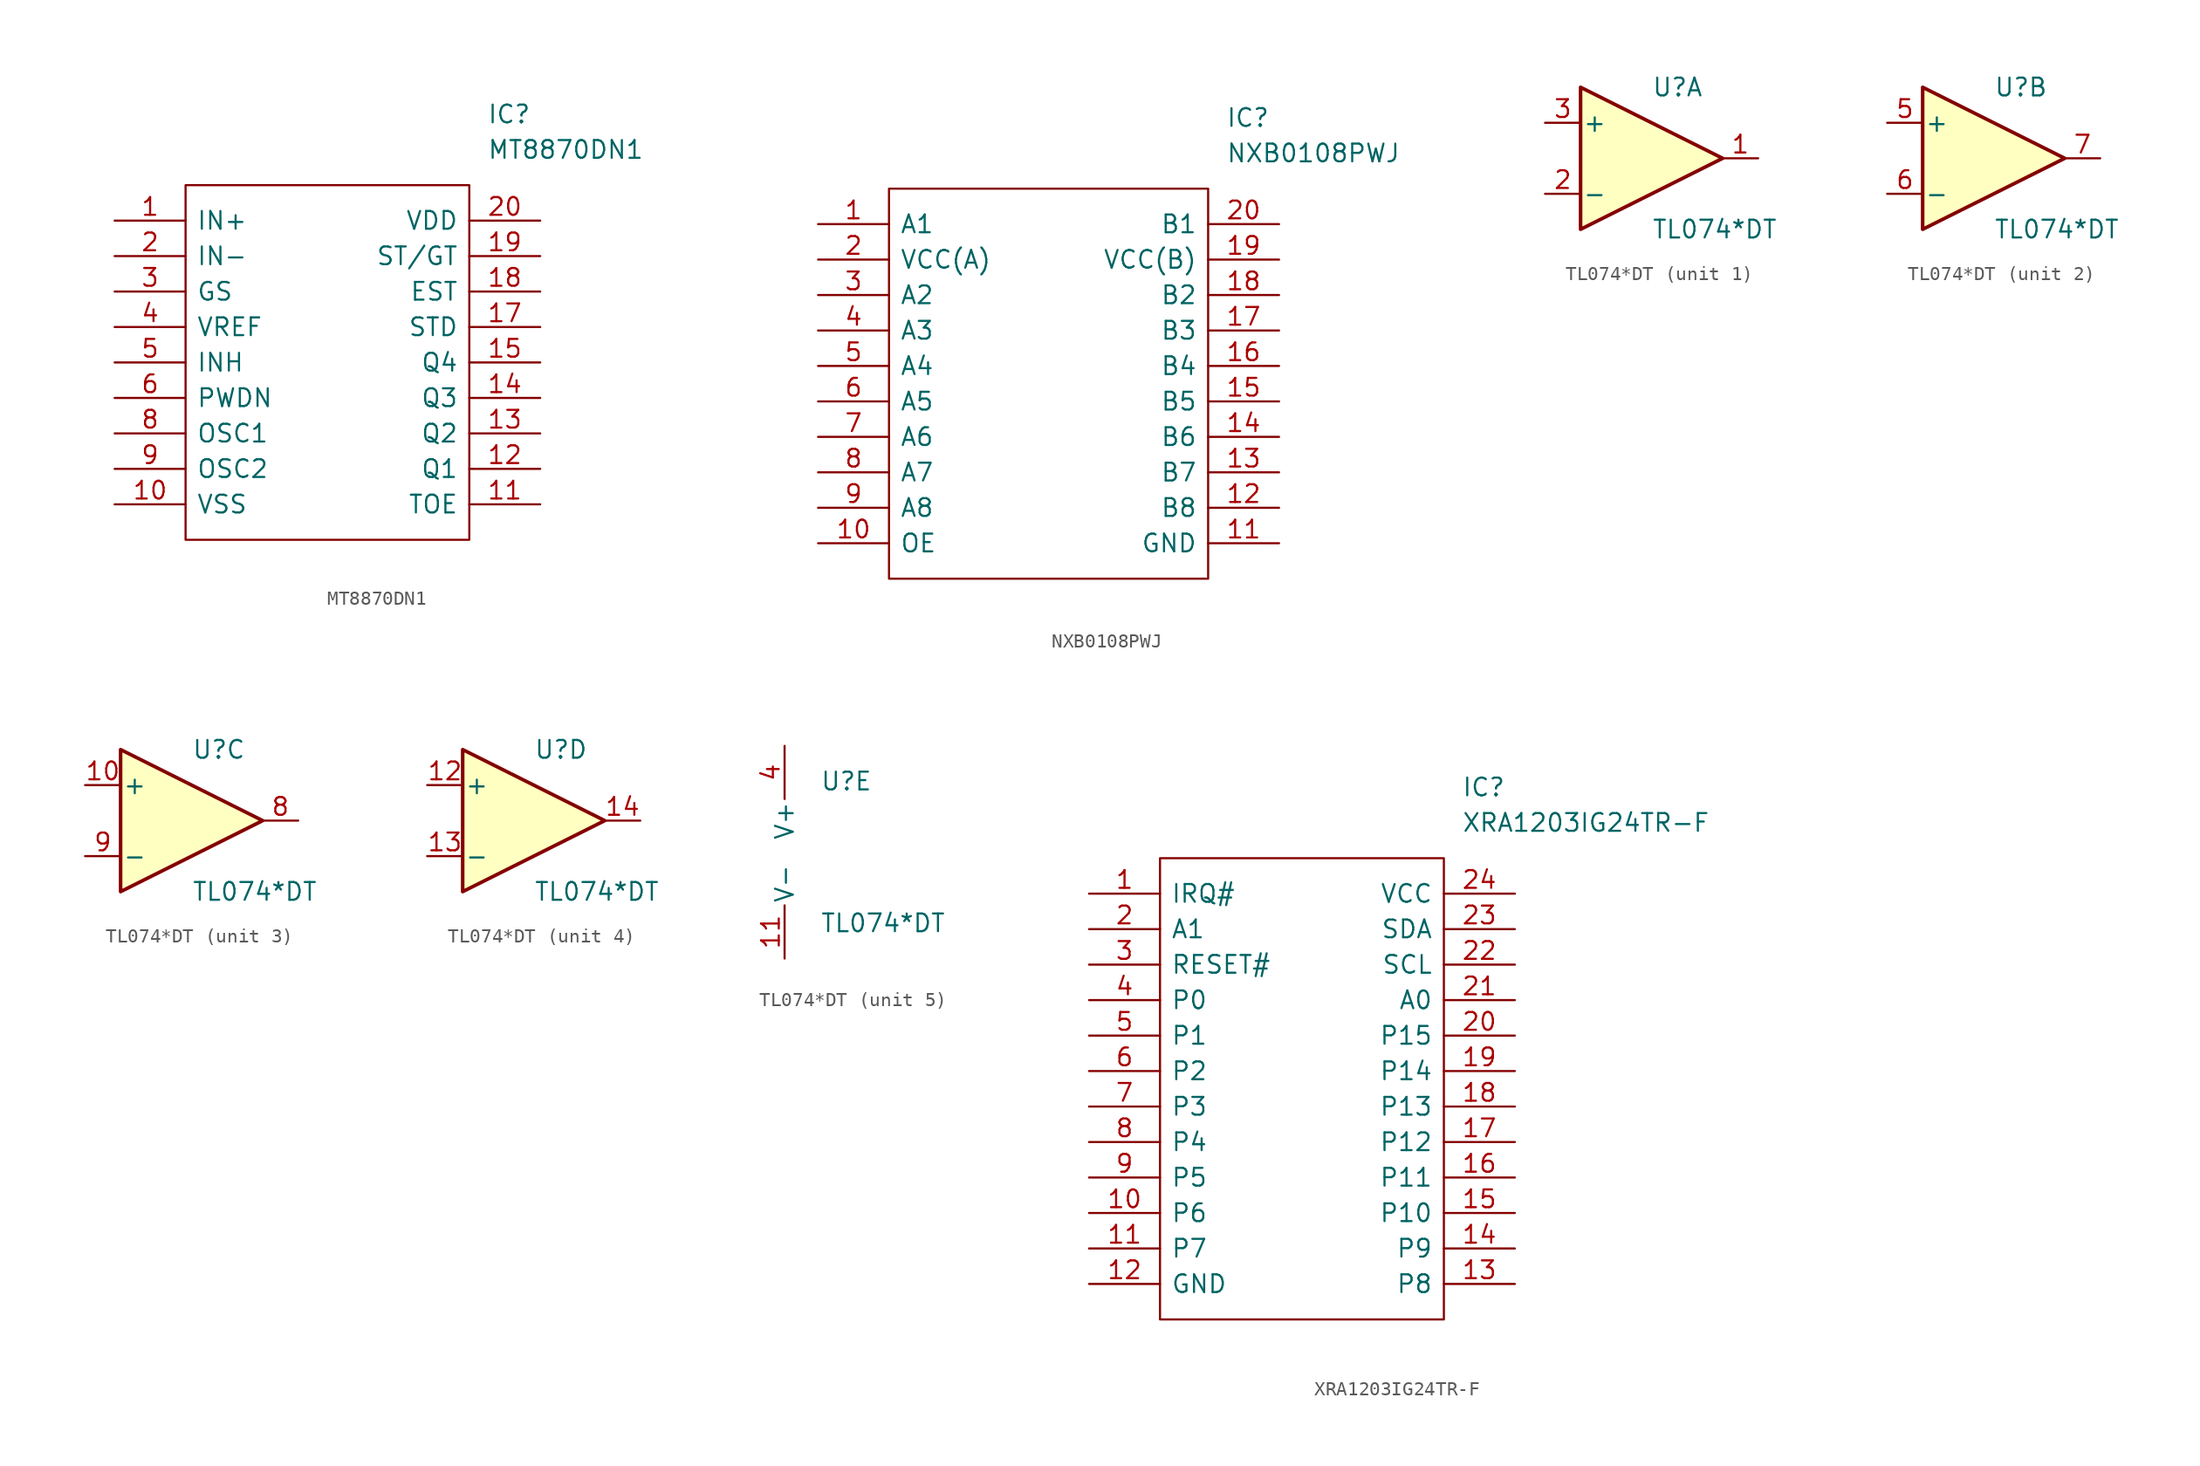
<source format=kicad_sym>
(kicad_symbol_lib
  (version 20211014)
  (generator kicad_symbol_editor)
  (symbol "MT8870DN1"
    (pin_names
      (offset 0.762))
    (property "Reference" "IC"
      (at 26.67 7.62 0)
      (effects (font (size 1.27 1.27)) (justify left)))
    (property "Value" "MT8870DN1"
      (at 26.67 5.08 0)
      (effects (font (size 1.27 1.27)) (justify left)))
    (symbol "MT8870DN1_0_0"
      (pin passive line (at 0 0 0) (length 5.08) (name "IN+" (effects (font (size 1.27 1.27)))) (number "1" (effects (font (size 1.27 1.27)))))
      (pin passive line (at 0 -20.32 0) (length 5.08) (name "VSS" (effects (font (size 1.27 1.27)))) (number "10" (effects (font (size 1.27 1.27)))))
      (pin passive line (at 30.48 -20.32 180) (length 5.08) (name "TOE" (effects (font (size 1.27 1.27)))) (number "11" (effects (font (size 1.27 1.27)))))
      (pin passive line (at 30.48 -17.78 180) (length 5.08) (name "Q1" (effects (font (size 1.27 1.27)))) (number "12" (effects (font (size 1.27 1.27)))))
      (pin passive line (at 30.48 -15.24 180) (length 5.08) (name "Q2" (effects (font (size 1.27 1.27)))) (number "13" (effects (font (size 1.27 1.27)))))
      (pin passive line (at 30.48 -12.7 180) (length 5.08) (name "Q3" (effects (font (size 1.27 1.27)))) (number "14" (effects (font (size 1.27 1.27)))))
      (pin passive line (at 30.48 -10.16 180) (length 5.08) (name "Q4" (effects (font (size 1.27 1.27)))) (number "15" (effects (font (size 1.27 1.27)))))
      (pin passive line (at 30.48 -7.62 180) (length 5.08) (name "STD" (effects (font (size 1.27 1.27)))) (number "17" (effects (font (size 1.27 1.27)))))
      (pin passive line (at 30.48 -5.08 180) (length 5.08) (name "EST" (effects (font (size 1.27 1.27)))) (number "18" (effects (font (size 1.27 1.27)))))
      (pin passive line (at 30.48 -2.54 180) (length 5.08) (name "ST/GT" (effects (font (size 1.27 1.27)))) (number "19" (effects (font (size 1.27 1.27)))))
      (pin passive line (at 0 -2.54 0) (length 5.08) (name "IN-" (effects (font (size 1.27 1.27)))) (number "2" (effects (font (size 1.27 1.27)))))
      (pin passive line (at 30.48 0 180) (length 5.08) (name "VDD" (effects (font (size 1.27 1.27)))) (number "20" (effects (font (size 1.27 1.27)))))
      (pin passive line (at 0 -5.08 0) (length 5.08) (name "GS" (effects (font (size 1.27 1.27)))) (number "3" (effects (font (size 1.27 1.27)))))
      (pin passive line (at 0 -7.62 0) (length 5.08) (name "VREF" (effects (font (size 1.27 1.27)))) (number "4" (effects (font (size 1.27 1.27)))))
      (pin passive line (at 0 -10.16 0) (length 5.08) (name "INH" (effects (font (size 1.27 1.27)))) (number "5" (effects (font (size 1.27 1.27)))))
      (pin passive line (at 0 -12.7 0) (length 5.08) (name "PWDN" (effects (font (size 1.27 1.27)))) (number "6" (effects (font (size 1.27 1.27)))))
      (pin passive line (at 0 -15.24 0) (length 5.08) (name "OSC1" (effects (font (size 1.27 1.27)))) (number "8" (effects (font (size 1.27 1.27)))))
      (pin passive line (at 0 -17.78 0) (length 5.08) (name "OSC2" (effects (font (size 1.27 1.27)))) (number "9" (effects (font (size 1.27 1.27))))))
    (symbol "MT8870DN1_0_1"
      (rectangle (start 5.08 2.54) (end 25.4 -22.86) (stroke (width 0.152) (type default) (color 0 0 0 0)) (fill (type none)))))
  (symbol "NXB0108PWJ"
    (pin_names
      (offset 0.762))
    (property "Reference" "IC"
      (at 29.21 7.62 0)
      (effects (font (size 1.27 1.27)) (justify left)))
    (property "Value" "NXB0108PWJ"
      (at 29.21 5.08 0)
      (effects (font (size 1.27 1.27)) (justify left)))
    (symbol "NXB0108PWJ_0_0"
      (pin passive line (at 0 0 0) (length 5.08) (name "A1" (effects (font (size 1.27 1.27)))) (number "1" (effects (font (size 1.27 1.27)))))
      (pin passive line (at 0 -22.86 0) (length 5.08) (name "OE" (effects (font (size 1.27 1.27)))) (number "10" (effects (font (size 1.27 1.27)))))
      (pin passive line (at 33.02 -22.86 180) (length 5.08) (name "GND" (effects (font (size 1.27 1.27)))) (number "11" (effects (font (size 1.27 1.27)))))
      (pin passive line (at 33.02 -20.32 180) (length 5.08) (name "B8" (effects (font (size 1.27 1.27)))) (number "12" (effects (font (size 1.27 1.27)))))
      (pin passive line (at 33.02 -17.78 180) (length 5.08) (name "B7" (effects (font (size 1.27 1.27)))) (number "13" (effects (font (size 1.27 1.27)))))
      (pin passive line (at 33.02 -15.24 180) (length 5.08) (name "B6" (effects (font (size 1.27 1.27)))) (number "14" (effects (font (size 1.27 1.27)))))
      (pin passive line (at 33.02 -12.7 180) (length 5.08) (name "B5" (effects (font (size 1.27 1.27)))) (number "15" (effects (font (size 1.27 1.27)))))
      (pin passive line (at 33.02 -10.16 180) (length 5.08) (name "B4" (effects (font (size 1.27 1.27)))) (number "16" (effects (font (size 1.27 1.27)))))
      (pin passive line (at 33.02 -7.62 180) (length 5.08) (name "B3" (effects (font (size 1.27 1.27)))) (number "17" (effects (font (size 1.27 1.27)))))
      (pin passive line (at 33.02 -5.08 180) (length 5.08) (name "B2" (effects (font (size 1.27 1.27)))) (number "18" (effects (font (size 1.27 1.27)))))
      (pin passive line (at 33.02 -2.54 180) (length 5.08) (name "VCC(B)" (effects (font (size 1.27 1.27)))) (number "19" (effects (font (size 1.27 1.27)))))
      (pin passive line (at 0 -2.54 0) (length 5.08) (name "VCC(A)" (effects (font (size 1.27 1.27)))) (number "2" (effects (font (size 1.27 1.27)))))
      (pin passive line (at 33.02 0 180) (length 5.08) (name "B1" (effects (font (size 1.27 1.27)))) (number "20" (effects (font (size 1.27 1.27)))))
      (pin passive line (at 0 -5.08 0) (length 5.08) (name "A2" (effects (font (size 1.27 1.27)))) (number "3" (effects (font (size 1.27 1.27)))))
      (pin passive line (at 0 -7.62 0) (length 5.08) (name "A3" (effects (font (size 1.27 1.27)))) (number "4" (effects (font (size 1.27 1.27)))))
      (pin passive line (at 0 -10.16 0) (length 5.08) (name "A4" (effects (font (size 1.27 1.27)))) (number "5" (effects (font (size 1.27 1.27)))))
      (pin passive line (at 0 -12.7 0) (length 5.08) (name "A5" (effects (font (size 1.27 1.27)))) (number "6" (effects (font (size 1.27 1.27)))))
      (pin passive line (at 0 -15.24 0) (length 5.08) (name "A6" (effects (font (size 1.27 1.27)))) (number "7" (effects (font (size 1.27 1.27)))))
      (pin passive line (at 0 -17.78 0) (length 5.08) (name "A7" (effects (font (size 1.27 1.27)))) (number "8" (effects (font (size 1.27 1.27)))))
      (pin passive line (at 0 -20.32 0) (length 5.08) (name "A8" (effects (font (size 1.27 1.27)))) (number "9" (effects (font (size 1.27 1.27))))))
    (symbol "NXB0108PWJ_0_1"
      (polyline (pts (xy 5.08 2.54) (xy 27.94 2.54) (xy 27.94 -25.4) (xy 5.08 -25.4) (xy 5.08 2.54)) (stroke (width 0.152) (type default) (color 0 0 0 0)) (fill (type none)))))
  (symbol "TL074*DT"
    (pin_names
      (offset 0.127))
    (property "Reference" "U"
      (at 0 5.08 0)
      (effects (font (size 1.27 1.27)) (justify left)))
    (property "Value" "TL074*DT"
      (at 0 -5.08 0)
      (effects (font (size 1.27 1.27)) (justify left)))
    (property "ki_locked" ""
      (at 0 0 0)
      (effects (font (size 1.27 1.27))))
    (symbol "TL074*DT_1_1"
      (polyline (pts (xy -5.08 5.08) (xy 5.08 0) (xy -5.08 -5.08) (xy -5.08 5.08)) (stroke (width 0.254) (type default) (color 0 0 0 0)) (fill (type background)))
      (pin output line (at 7.62 0 180) (length 2.54) (name "~" (effects (font (size 1.27 1.27)))) (number "1" (effects (font (size 1.27 1.27)))))
      (pin input line (at -7.62 -2.54 0) (length 2.54) (name "-" (effects (font (size 1.27 1.27)))) (number "2" (effects (font (size 1.27 1.27)))))
      (pin input line (at -7.62 2.54 0) (length 2.54) (name "+" (effects (font (size 1.27 1.27)))) (number "3" (effects (font (size 1.27 1.27))))))
    (symbol "TL074*DT_2_1"
      (polyline (pts (xy -5.08 5.08) (xy 5.08 0) (xy -5.08 -5.08) (xy -5.08 5.08)) (stroke (width 0.254) (type default) (color 0 0 0 0)) (fill (type background)))
      (pin input line (at -7.62 2.54 0) (length 2.54) (name "+" (effects (font (size 1.27 1.27)))) (number "5" (effects (font (size 1.27 1.27)))))
      (pin input line (at -7.62 -2.54 0) (length 2.54) (name "-" (effects (font (size 1.27 1.27)))) (number "6" (effects (font (size 1.27 1.27)))))
      (pin output line (at 7.62 0 180) (length 2.54) (name "~" (effects (font (size 1.27 1.27)))) (number "7" (effects (font (size 1.27 1.27))))))
    (symbol "TL074*DT_3_1"
      (polyline (pts (xy -5.08 5.08) (xy 5.08 0) (xy -5.08 -5.08) (xy -5.08 5.08)) (stroke (width 0.254) (type default) (color 0 0 0 0)) (fill (type background)))
      (pin input line (at -7.62 2.54 0) (length 2.54) (name "+" (effects (font (size 1.27 1.27)))) (number "10" (effects (font (size 1.27 1.27)))))
      (pin output line (at 7.62 0 180) (length 2.54) (name "~" (effects (font (size 1.27 1.27)))) (number "8" (effects (font (size 1.27 1.27)))))
      (pin input line (at -7.62 -2.54 0) (length 2.54) (name "-" (effects (font (size 1.27 1.27)))) (number "9" (effects (font (size 1.27 1.27))))))
    (symbol "TL074*DT_4_1"
      (polyline (pts (xy -5.08 5.08) (xy 5.08 0) (xy -5.08 -5.08) (xy -5.08 5.08)) (stroke (width 0.254) (type default) (color 0 0 0 0)) (fill (type background)))
      (pin input line (at -7.62 2.54 0) (length 2.54) (name "+" (effects (font (size 1.27 1.27)))) (number "12" (effects (font (size 1.27 1.27)))))
      (pin input line (at -7.62 -2.54 0) (length 2.54) (name "-" (effects (font (size 1.27 1.27)))) (number "13" (effects (font (size 1.27 1.27)))))
      (pin output line (at 7.62 0 180) (length 2.54) (name "~" (effects (font (size 1.27 1.27)))) (number "14" (effects (font (size 1.27 1.27))))))
    (symbol "TL074*DT_5_1"
      (pin power_in line (at -2.54 -7.62 90) (length 3.81) (name "V-" (effects (font (size 1.27 1.27)))) (number "11" (effects (font (size 1.27 1.27)))))
      (pin power_in line (at -2.54 7.62 270) (length 3.81) (name "V+" (effects (font (size 1.27 1.27)))) (number "4" (effects (font (size 1.27 1.27)))))))
  (symbol "XRA1203IG24TR-F"
    (pin_names
      (offset 0.762))
    (property "Reference" "IC"
      (at 26.67 7.62 0)
      (effects (font (size 1.27 1.27)) (justify left)))
    (property "Value" "XRA1203IG24TR-F"
      (at 26.67 5.08 0)
      (effects (font (size 1.27 1.27)) (justify left)))
    (symbol "XRA1203IG24TR-F_0_0"
      (pin passive line (at 0 0 0) (length 5.08) (name "IRQ#" (effects (font (size 1.27 1.27)))) (number "1" (effects (font (size 1.27 1.27)))))
      (pin passive line (at 0 -22.86 0) (length 5.08) (name "P6" (effects (font (size 1.27 1.27)))) (number "10" (effects (font (size 1.27 1.27)))))
      (pin passive line (at 0 -25.4 0) (length 5.08) (name "P7" (effects (font (size 1.27 1.27)))) (number "11" (effects (font (size 1.27 1.27)))))
      (pin passive line (at 0 -27.94 0) (length 5.08) (name "GND" (effects (font (size 1.27 1.27)))) (number "12" (effects (font (size 1.27 1.27)))))
      (pin passive line (at 30.48 -27.94 180) (length 5.08) (name "P8" (effects (font (size 1.27 1.27)))) (number "13" (effects (font (size 1.27 1.27)))))
      (pin passive line (at 30.48 -25.4 180) (length 5.08) (name "P9" (effects (font (size 1.27 1.27)))) (number "14" (effects (font (size 1.27 1.27)))))
      (pin passive line (at 30.48 -22.86 180) (length 5.08) (name "P10" (effects (font (size 1.27 1.27)))) (number "15" (effects (font (size 1.27 1.27)))))
      (pin passive line (at 30.48 -20.32 180) (length 5.08) (name "P11" (effects (font (size 1.27 1.27)))) (number "16" (effects (font (size 1.27 1.27)))))
      (pin passive line (at 30.48 -17.78 180) (length 5.08) (name "P12" (effects (font (size 1.27 1.27)))) (number "17" (effects (font (size 1.27 1.27)))))
      (pin passive line (at 30.48 -15.24 180) (length 5.08) (name "P13" (effects (font (size 1.27 1.27)))) (number "18" (effects (font (size 1.27 1.27)))))
      (pin passive line (at 30.48 -12.7 180) (length 5.08) (name "P14" (effects (font (size 1.27 1.27)))) (number "19" (effects (font (size 1.27 1.27)))))
      (pin passive line (at 0 -2.54 0) (length 5.08) (name "A1" (effects (font (size 1.27 1.27)))) (number "2" (effects (font (size 1.27 1.27)))))
      (pin passive line (at 30.48 -10.16 180) (length 5.08) (name "P15" (effects (font (size 1.27 1.27)))) (number "20" (effects (font (size 1.27 1.27)))))
      (pin passive line (at 30.48 -7.62 180) (length 5.08) (name "A0" (effects (font (size 1.27 1.27)))) (number "21" (effects (font (size 1.27 1.27)))))
      (pin passive line (at 30.48 -5.08 180) (length 5.08) (name "SCL" (effects (font (size 1.27 1.27)))) (number "22" (effects (font (size 1.27 1.27)))))
      (pin passive line (at 30.48 -2.54 180) (length 5.08) (name "SDA" (effects (font (size 1.27 1.27)))) (number "23" (effects (font (size 1.27 1.27)))))
      (pin passive line (at 30.48 0 180) (length 5.08) (name "VCC" (effects (font (size 1.27 1.27)))) (number "24" (effects (font (size 1.27 1.27)))))
      (pin passive line (at 0 -5.08 0) (length 5.08) (name "RESET#" (effects (font (size 1.27 1.27)))) (number "3" (effects (font (size 1.27 1.27)))))
      (pin passive line (at 0 -7.62 0) (length 5.08) (name "P0" (effects (font (size 1.27 1.27)))) (number "4" (effects (font (size 1.27 1.27)))))
      (pin passive line (at 0 -10.16 0) (length 5.08) (name "P1" (effects (font (size 1.27 1.27)))) (number "5" (effects (font (size 1.27 1.27)))))
      (pin passive line (at 0 -12.7 0) (length 5.08) (name "P2" (effects (font (size 1.27 1.27)))) (number "6" (effects (font (size 1.27 1.27)))))
      (pin passive line (at 0 -15.24 0) (length 5.08) (name "P3" (effects (font (size 1.27 1.27)))) (number "7" (effects (font (size 1.27 1.27)))))
      (pin passive line (at 0 -17.78 0) (length 5.08) (name "P4" (effects (font (size 1.27 1.27)))) (number "8" (effects (font (size 1.27 1.27)))))
      (pin passive line (at 0 -20.32 0) (length 5.08) (name "P5" (effects (font (size 1.27 1.27)))) (number "9" (effects (font (size 1.27 1.27))))))
    (symbol "XRA1203IG24TR-F_0_1"
      (polyline (pts (xy 5.08 2.54) (xy 25.4 2.54) (xy 25.4 -30.48) (xy 5.08 -30.48) (xy 5.08 2.54)) (stroke (width 0.152) (type default) (color 0 0 0 0)) (fill (type none))))))
</source>
